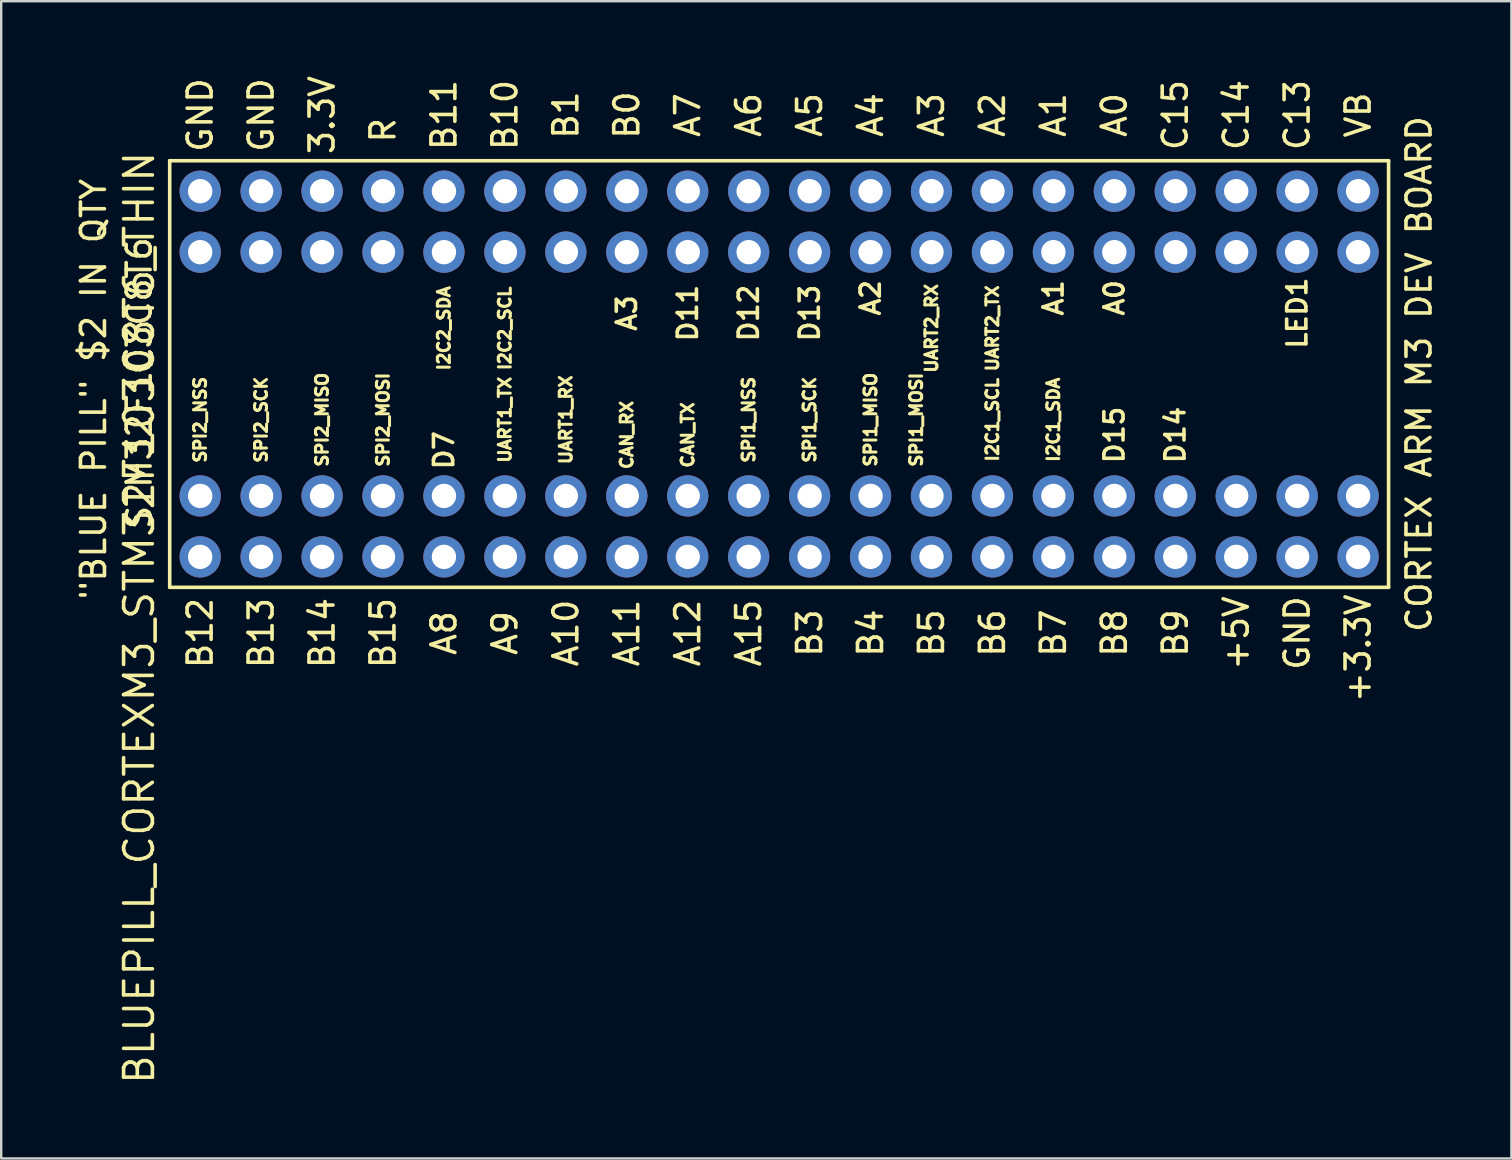
<source format=kicad_pcb>
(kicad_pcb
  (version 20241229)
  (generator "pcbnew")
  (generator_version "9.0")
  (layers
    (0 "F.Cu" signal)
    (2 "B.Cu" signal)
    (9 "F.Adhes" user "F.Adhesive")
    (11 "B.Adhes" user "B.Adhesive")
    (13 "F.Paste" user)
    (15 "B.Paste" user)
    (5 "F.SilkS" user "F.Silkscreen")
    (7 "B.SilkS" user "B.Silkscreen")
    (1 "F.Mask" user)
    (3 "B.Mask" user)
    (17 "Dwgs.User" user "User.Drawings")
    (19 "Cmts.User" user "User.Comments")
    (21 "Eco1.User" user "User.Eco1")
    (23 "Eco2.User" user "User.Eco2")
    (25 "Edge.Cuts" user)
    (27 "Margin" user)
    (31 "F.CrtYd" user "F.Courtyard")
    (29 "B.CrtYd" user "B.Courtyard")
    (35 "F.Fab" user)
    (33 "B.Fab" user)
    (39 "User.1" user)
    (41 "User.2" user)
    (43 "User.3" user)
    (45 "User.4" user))
  (footprint "BLUEPILL_CORTEXM3_STM32F103C8T6_THIN"
    (layer "F.Cu")
    (at 29.423 12.539)
    (property "Reference" "BLUEPILL_CORTEXM3_STM32F103C8T6_THIN" (at -26.67 10.16 270) (layer "F.SilkS") (effects (font (size 1.2 1.2) (thickness 0.15))))
    (attr through_hole)
    (fp_line (start -25.4 -8.89) (end -25.4 8.89) (stroke (width 0.15) (type solid)) (layer "F.SilkS"))
    (fp_line (start -25.4 8.89) (end 25.4 8.89) (stroke (width 0.15) (type solid)) (layer "F.SilkS"))
    (fp_line (start 25.4 -8.89) (end -25.4 -8.89) (stroke (width 0.15) (type solid)) (layer "F.SilkS"))
    (fp_line (start 25.4 8.89) (end 25.4 -8.89) (stroke (width 0.15) (type solid)) (layer "F.SilkS"))
    (fp_text user "B12" (at -24.13 10.795 90) (layer "F.SilkS") (effects (font (size 1 1) (thickness 0.15))))
    (fp_text user "A1" (at 11.43 -3.175 90) (layer "F.SilkS") (effects (font (size 0.8 0.8) (thickness 0.15))))
    (fp_text user "GND" (at 21.59 10.795 90) (layer "F.SilkS") (effects (font (size 1 1) (thickness 0.15))))
    (fp_text user "+3.3V" (at 24.13 11.43 90) (layer "F.SilkS") (effects (font (size 1 1) (thickness 0.15))))
    (fp_text user "A2" (at 8.89 -10.795 90) (layer "F.SilkS") (effects (font (size 1 1) (thickness 0.15))))
    (fp_text user "A10" (at -8.89 10.795 90) (layer "F.SilkS") (effects (font (size 1 1) (thickness 0.15))))
    (fp_text user "SPI2_SCK" (at -21.59 1.905 90) (layer "F.SilkS") (effects (font (size 0.5 0.5) (thickness 0.125))))
    (fp_text user "A5" (at 1.27 -10.795 90) (layer "F.SilkS") (effects (font (size 1 1) (thickness 0.15))))
    (fp_text user "A2" (at 3.81 -3.175 90) (layer "F.SilkS") (effects (font (size 0.8 0.8) (thickness 0.15))))
    (fp_text user "UART2_TX" (at 8.89 -1.905 90) (layer "F.SilkS") (effects (font (size 0.5 0.5) (thickness 0.125))))
    (fp_text user "B5" (at 6.35 10.795 90) (layer "F.SilkS") (effects (font (size 1 1) (thickness 0.15))))
    (fp_text user "UART1_RX" (at -8.89 1.905 90) (layer "F.SilkS") (effects (font (size 0.5 0.5) (thickness 0.125))))
    (fp_text user "GND" (at -24.13 -10.795 90) (layer "F.SilkS") (effects (font (size 1 1) (thickness 0.15))))
    (fp_text user "3.3V" (at -19.05 -10.795 90) (layer "F.SilkS") (effects (font (size 1 1) (thickness 0.15))))
    (fp_text user "SPI2_MOSI" (at -16.51 1.905 90) (layer "F.SilkS") (effects (font (size 0.5 0.5) (thickness 0.125))))
    (fp_text user "A4" (at 3.81 -10.795 90) (layer "F.SilkS") (effects (font (size 1 1) (thickness 0.15))))
    (fp_text user "A1" (at 11.43 -10.795 90) (layer "F.SilkS") (effects (font (size 1 1) (thickness 0.15))))
    (fp_text user "SPI1_SCK" (at 1.27 1.905 90) (layer "F.SilkS") (effects (font (size 0.5 0.5) (thickness 0.125))))
    (fp_text user "B0" (at -6.35 -10.795 90) (layer "F.SilkS") (effects (font (size 1 1) (thickness 0.15))))
    (fp_text user "CORTEX ARM M3 DEV BOARD" (at 26.67 0 90) (layer "F.SilkS") (effects (font (size 1 1) (thickness 0.15))))
    (fp_text user "I2C1_SCL" (at 8.89 1.905 90) (layer "F.SilkS") (effects (font (size 0.5 0.5) (thickness 0.125))))
    (fp_text user "SPI2_NSS" (at -24.13 1.905 90) (layer "F.SilkS") (effects (font (size 0.5 0.5) (thickness 0.125))))
    (fp_text user "A8" (at -13.97 10.795 90) (layer "F.SilkS") (effects (font (size 1 1) (thickness 0.15))))
    (fp_text user "CAN_TX" (at -3.81 2.54 90) (layer "F.SilkS") (effects (font (size 0.5 0.5) (thickness 0.125))))
    (fp_text user "UART1_TX" (at -11.43 1.905 90) (layer "F.SilkS") (effects (font (size 0.5 0.5) (thickness 0.125))))
    (fp_text user "D13" (at 1.27 -2.54 90) (layer "F.SilkS") (effects (font (size 0.8 0.8) (thickness 0.15))))
    (fp_text user "B11" (at -13.97 -10.795 90) (layer "F.SilkS") (effects (font (size 1 1) (thickness 0.15))))
    (fp_text user "C15" (at 16.51 -10.795 90) (layer "F.SilkS") (effects (font (size 1 1) (thickness 0.15))))
    (fp_text user "UART2_RX" (at 6.35 -1.905 90) (layer "F.SilkS") (effects (font (size 0.5 0.5) (thickness 0.125))))
    (fp_text user "B1" (at -8.89 -10.795 90) (layer "F.SilkS") (effects (font (size 1 1) (thickness 0.15))))
    (fp_text user "A3" (at 6.35 -10.795 90) (layer "F.SilkS") (effects (font (size 1 1) (thickness 0.15))))
    (fp_text user "A0" (at 13.97 -3.175 90) (layer "F.SilkS") (effects (font (size 0.8 0.8) (thickness 0.15))))
    (fp_text user "I2C1_SDA" (at 11.43 1.905 90) (layer "F.SilkS") (effects (font (size 0.5 0.5) (thickness 0.125))))
    (fp_text user "B8" (at 13.97 10.795 90) (layer "F.SilkS") (effects (font (size 1 1) (thickness 0.15))))
    (fp_text user "+5V" (at 19.05 10.795 90) (layer "F.SilkS") (effects (font (size 1 1) (thickness 0.15))))
    (fp_text user "A12" (at -3.81 10.795 90) (layer "F.SilkS") (effects (font (size 1 1) (thickness 0.15))))
    (fp_text user "B15" (at -16.51 10.795 90) (layer "F.SilkS") (effects (font (size 1 1) (thickness 0.15))))
    (fp_text user "GND" (at -21.59 -10.795 90) (layer "F.SilkS") (effects (font (size 1 1) (thickness 0.15))))
    (fp_text user "A15" (at -1.27 10.795 90) (layer "F.SilkS") (effects (font (size 1 1) (thickness 0.15))))
    (fp_text user "B4" (at 3.81 10.795 90) (layer "F.SilkS") (effects (font (size 1 1) (thickness 0.15))))
    (fp_text user "SPI1_MOSI" (at 5.715 1.905 90) (layer "F.SilkS") (effects (font (size 0.5 0.5) (thickness 0.125))))
    (fp_text user "A3" (at -6.35 -2.54 90) (layer "F.SilkS") (effects (font (size 0.8 0.8) (thickness 0.15))))
    (fp_text user "D14" (at 16.51 2.54 90) (layer "F.SilkS") (effects (font (size 0.8 0.8) (thickness 0.15))))
    (fp_text user "C14" (at 19.05 -10.795 90) (layer "F.SilkS") (effects (font (size 1 1) (thickness 0.15))))
    (fp_text user "I2C2_SDA" (at -13.97 -1.905 90) (layer "F.SilkS") (effects (font (size 0.5 0.5) (thickness 0.125))))
    (fp_text user "A6" (at -1.27 -10.795 90) (layer "F.SilkS") (effects (font (size 1 1) (thickness 0.15))))
    (fp_text user "SPI1_MISO" (at 3.81 1.905 90) (layer "F.SilkS") (effects (font (size 0.5 0.5) (thickness 0.125))))
    (fp_text user "STM32F103C8T6 " (at -26.67 0 90) (layer "F.SilkS") (effects (font (size 1 1) (thickness 0.15))))
    (fp_text user "LED1" (at 21.59 -2.54 90) (layer "F.SilkS") (effects (font (size 0.8 0.8) (thickness 0.15))))
    (fp_text user "B9" (at 16.51 10.795 90) (layer "F.SilkS") (effects (font (size 1 1) (thickness 0.15))))
    (fp_text user "B14" (at -19.05 10.795 90) (layer "F.SilkS") (effects (font (size 1 1) (thickness 0.15))))
    (fp_text user "D12" (at -1.27 -2.54 90) (layer "F.SilkS") (effects (font (size 0.8 0.8) (thickness 0.15))))
    (fp_text user "VB" (at 24.13 -10.795 90) (layer "F.SilkS") (effects (font (size 1 1) (thickness 0.15))))
    (fp_text user "I2C2_SCL" (at -11.43 -1.905 90) (layer "F.SilkS") (effects (font (size 0.5 0.5) (thickness 0.125))))
    (fp_text user "SPI2_MISO" (at -19.05 1.905 90) (layer "F.SilkS") (effects (font (size 0.5 0.5) (thickness 0.125))))
    (fp_text user "D11" (at -3.81 -2.54 90) (layer "F.SilkS") (effects (font (size 0.8 0.8) (thickness 0.15))))
    (fp_text user "A7" (at -3.81 -10.795 90) (layer "F.SilkS") (effects (font (size 1 1) (thickness 0.15))))
    (fp_text user "B3" (at 1.27 10.795 90) (layer "F.SilkS") (effects (font (size 1 1) (thickness 0.15))))
    (fp_text user "B6" (at 8.89 10.795 90) (layer "F.SilkS") (effects (font (size 1 1) (thickness 0.15))))
    (fp_text user "D15" (at 13.97 2.54 90) (layer "F.SilkS") (effects (font (size 0.8 0.8) (thickness 0.15))))
    (fp_text user "B10" (at -11.43 -10.795 90) (layer "F.SilkS") (effects (font (size 1 1) (thickness 0.15))))
    (fp_text user "D7" (at -13.97 3.175 90) (layer "F.SilkS") (effects (font (size 0.8 0.8) (thickness 0.15))))
    (fp_text user "B13" (at -21.59 10.795 90) (layer "F.SilkS") (effects (font (size 1 1) (thickness 0.15))))
    (fp_text user "R" (at -16.51 -10.16 90) (layer "F.SilkS") (effects (font (size 1 1) (thickness 0.15))))
    (fp_text user "CAN_RX" (at -6.35 2.54 90) (layer "F.SilkS") (effects (font (size 0.5 0.5) (thickness 0.125))))
    (fp_text user "A9" (at -11.43 10.795 90) (layer "F.SilkS") (effects (font (size 1 1) (thickness 0.15))))
    (fp_text user "SPI1_NSS" (at -1.27 1.905 90) (layer "F.SilkS") (effects (font (size 0.5 0.5) (thickness 0.125))))
    (fp_text user "B7" (at 11.43 10.795 90) (layer "F.SilkS") (effects (font (size 1 1) (thickness 0.15))))
    (fp_text user "A0" (at 13.97 -10.795 90) (layer "F.SilkS") (effects (font (size 1 1) (thickness 0.15))))
    (fp_text user "C13" (at 21.59 -10.795 90) (layer "F.SilkS") (effects (font (size 1 1) (thickness 0.15))))
    (fp_text user "\"BLUE PILL\" $2 IN QTY" (at -28.575 0.635 90) (layer "F.SilkS") (effects (font (size 1 1) (thickness 0.15))))
    (fp_text user "A11" (at -6.35 10.795 90) (layer "F.SilkS") (effects (font (size 1 1) (thickness 0.15))))
    (pad "3.3V" thru_hole circle (at -19.05 -7.62) (size 1.72 1.72) (drill 1.016) (layers "*.Cu" "*.Mask"))
    (pad "3.3V" thru_hole circle (at -19.05 -5.08) (size 1.72 1.72) (drill 1.016) (layers "*.Cu" "*.Mask"))
    (pad "3.3V" thru_hole circle (at 24.13 5.08) (size 1.72 1.72) (drill 1.016) (layers "*.Cu" "*.Mask"))
    (pad "3.3V" thru_hole circle (at 24.13 7.62) (size 1.72 1.72) (drill 1.016) (layers "*.Cu" "*.Mask"))
    (pad "5V" thru_hole circle (at 19.05 5.08) (size 1.72 1.72) (drill 1.016) (layers "*.Cu" "*.Mask"))
    (pad "5V" thru_hole circle (at 19.05 7.62) (size 1.72 1.72) (drill 1.016) (layers "*.Cu" "*.Mask"))
    (pad "A0" thru_hole circle (at 13.97 -7.62) (size 1.72 1.72) (drill 1.016) (layers "*.Cu" "*.Mask"))
    (pad "A0" thru_hole circle (at 13.97 -5.08) (size 1.72 1.72) (drill 1.016) (layers "*.Cu" "*.Mask"))
    (pad "A1" thru_hole circle (at 11.43 -7.62) (size 1.72 1.72) (drill 1.016) (layers "*.Cu" "*.Mask"))
    (pad "A1" thru_hole circle (at 11.43 -5.08) (size 1.72 1.72) (drill 1.016) (layers "*.Cu" "*.Mask"))
    (pad "A2" thru_hole circle (at 8.89 -7.62) (size 1.72 1.72) (drill 1.016) (layers "*.Cu" "*.Mask"))
    (pad "A2" thru_hole circle (at 8.89 -5.08) (size 1.72 1.72) (drill 1.016) (layers "*.Cu" "*.Mask"))
    (pad "A3" thru_hole circle (at 6.35 -7.62) (size 1.72 1.72) (drill 1.016) (layers "*.Cu" "*.Mask"))
    (pad "A3" thru_hole circle (at 6.35 -5.08) (size 1.72 1.72) (drill 1.016) (layers "*.Cu" "*.Mask"))
    (pad "A4" thru_hole circle (at 3.81 -7.62) (size 1.72 1.72) (drill 1.016) (layers "*.Cu" "*.Mask"))
    (pad "A4" thru_hole circle (at 3.81 -5.08) (size 1.72 1.72) (drill 1.016) (layers "*.Cu" "*.Mask"))
    (pad "A5" thru_hole circle (at 1.27 -7.62) (size 1.72 1.72) (drill 1.016) (layers "*.Cu" "*.Mask"))
    (pad "A5" thru_hole circle (at 1.27 -5.08) (size 1.72 1.72) (drill 1.016) (layers "*.Cu" "*.Mask"))
    (pad "A6" thru_hole circle (at -1.27 -7.62) (size 1.72 1.72) (drill 1.016) (layers "*.Cu" "*.Mask"))
    (pad "A6" thru_hole circle (at -1.27 -5.08) (size 1.72 1.72) (drill 1.016) (layers "*.Cu" "*.Mask"))
    (pad "A7" thru_hole circle (at -3.81 -7.62) (size 1.72 1.72) (drill 1.016) (layers "*.Cu" "*.Mask"))
    (pad "A7" thru_hole circle (at -3.81 -5.08) (size 1.72 1.72) (drill 1.016) (layers "*.Cu" "*.Mask"))
    (pad "A8" thru_hole circle (at -13.97 5.08) (size 1.72 1.72) (drill 1.016) (layers "*.Cu" "*.Mask"))
    (pad "A8" thru_hole circle (at -13.97 7.62) (size 1.72 1.72) (drill 1.016) (layers "*.Cu" "*.Mask"))
    (pad "A9" thru_hole circle (at -11.43 5.08) (size 1.72 1.72) (drill 1.016) (layers "*.Cu" "*.Mask"))
    (pad "A9" thru_hole circle (at -11.43 7.62) (size 1.72 1.72) (drill 1.016) (layers "*.Cu" "*.Mask"))
    (pad "A10" thru_hole circle (at -8.89 5.08) (size 1.72 1.72) (drill 1.016) (layers "*.Cu" "*.Mask"))
    (pad "A10" thru_hole circle (at -8.89 7.62) (size 1.72 1.72) (drill 1.016) (layers "*.Cu" "*.Mask"))
    (pad "A11" thru_hole circle (at -6.35 5.08) (size 1.72 1.72) (drill 1.016) (layers "*.Cu" "*.Mask"))
    (pad "A11" thru_hole circle (at -6.35 7.62) (size 1.72 1.72) (drill 1.016) (layers "*.Cu" "*.Mask"))
    (pad "A12" thru_hole circle (at -3.81 5.08) (size 1.72 1.72) (drill 1.016) (layers "*.Cu" "*.Mask"))
    (pad "A12" thru_hole circle (at -3.81 7.62) (size 1.72 1.72) (drill 1.016) (layers "*.Cu" "*.Mask"))
    (pad "A15" thru_hole circle (at -1.27 5.08) (size 1.72 1.72) (drill 1.016) (layers "*.Cu" "*.Mask"))
    (pad "A15" thru_hole circle (at -1.27 7.62) (size 1.72 1.72) (drill 1.016) (layers "*.Cu" "*.Mask"))
    (pad "B0" thru_hole circle (at -6.35 -7.62) (size 1.72 1.72) (drill 1.016) (layers "*.Cu" "*.Mask"))
    (pad "B0" thru_hole circle (at -6.35 -5.08) (size 1.72 1.72) (drill 1.016) (layers "*.Cu" "*.Mask"))
    (pad "B1" thru_hole circle (at -8.89 -7.62) (size 1.72 1.72) (drill 1.016) (layers "*.Cu" "*.Mask"))
    (pad "B1" thru_hole circle (at -8.89 -5.08) (size 1.72 1.72) (drill 1.016) (layers "*.Cu" "*.Mask"))
    (pad "B3" thru_hole circle (at 1.27 5.08) (size 1.72 1.72) (drill 1.016) (layers "*.Cu" "*.Mask"))
    (pad "B3" thru_hole circle (at 1.27 7.62) (size 1.72 1.72) (drill 1.016) (layers "*.Cu" "*.Mask"))
    (pad "B4" thru_hole circle (at 3.81 5.08) (size 1.72 1.72) (drill 1.016) (layers "*.Cu" "*.Mask"))
    (pad "B4" thru_hole circle (at 3.81 7.62) (size 1.72 1.72) (drill 1.016) (layers "*.Cu" "*.Mask"))
    (pad "B5" thru_hole circle (at 6.35 5.08) (size 1.72 1.72) (drill 1.016) (layers "*.Cu" "*.Mask"))
    (pad "B5" thru_hole circle (at 6.35 7.62) (size 1.72 1.72) (drill 1.016) (layers "*.Cu" "*.Mask"))
    (pad "B6" thru_hole circle (at 8.89 5.08) (size 1.72 1.72) (drill 1.016) (layers "*.Cu" "*.Mask"))
    (pad "B6" thru_hole circle (at 8.89 7.62) (size 1.72 1.72) (drill 1.016) (layers "*.Cu" "*.Mask"))
    (pad "B7" thru_hole circle (at 11.43 5.08) (size 1.72 1.72) (drill 1.016) (layers "*.Cu" "*.Mask"))
    (pad "B7" thru_hole circle (at 11.43 7.62) (size 1.72 1.72) (drill 1.016) (layers "*.Cu" "*.Mask"))
    (pad "B8" thru_hole circle (at 13.97 5.08) (size 1.72 1.72) (drill 1.016) (layers "*.Cu" "*.Mask"))
    (pad "B8" thru_hole circle (at 13.97 7.62) (size 1.72 1.72) (drill 1.016) (layers "*.Cu" "*.Mask"))
    (pad "B9" thru_hole circle (at 16.51 5.08) (size 1.72 1.72) (drill 1.016) (layers "*.Cu" "*.Mask"))
    (pad "B9" thru_hole circle (at 16.51 7.62) (size 1.72 1.72) (drill 1.016) (layers "*.Cu" "*.Mask"))
    (pad "B10" thru_hole circle (at -11.43 -7.62) (size 1.72 1.72) (drill 1.016) (layers "*.Cu" "*.Mask"))
    (pad "B10" thru_hole circle (at -11.43 -5.08) (size 1.72 1.72) (drill 1.016) (layers "*.Cu" "*.Mask"))
    (pad "B11" thru_hole circle (at -13.97 -7.62) (size 1.72 1.72) (drill 1.016) (layers "*.Cu" "*.Mask"))
    (pad "B11" thru_hole circle (at -13.97 -5.08) (size 1.72 1.72) (drill 1.016) (layers "*.Cu" "*.Mask"))
    (pad "B12" thru_hole circle (at -24.13 5.08) (size 1.72 1.72) (drill 1.016) (layers "*.Cu" "*.Mask"))
    (pad "B12" thru_hole circle (at -24.13 7.62) (size 1.72 1.72) (drill 1.016) (layers "*.Cu" "*.Mask"))
    (pad "B13" thru_hole circle (at -21.59 5.08) (size 1.72 1.72) (drill 1.016) (layers "*.Cu" "*.Mask"))
    (pad "B13" thru_hole circle (at -21.59 7.62) (size 1.72 1.72) (drill 1.016) (layers "*.Cu" "*.Mask"))
    (pad "B14" thru_hole circle (at -19.05 5.08) (size 1.72 1.72) (drill 1.016) (layers "*.Cu" "*.Mask"))
    (pad "B14" thru_hole circle (at -19.05 7.62) (size 1.72 1.72) (drill 1.016) (layers "*.Cu" "*.Mask"))
    (pad "B15" thru_hole circle (at -16.51 5.08) (size 1.72 1.72) (drill 1.016) (layers "*.Cu" "*.Mask"))
    (pad "B15" thru_hole circle (at -16.51 7.62) (size 1.72 1.72) (drill 1.016) (layers "*.Cu" "*.Mask"))
    (pad "C13" thru_hole circle (at 21.59 -7.62) (size 1.72 1.72) (drill 1.016) (layers "*.Cu" "*.Mask"))
    (pad "C13" thru_hole circle (at 21.59 -5.08) (size 1.72 1.72) (drill 1.016) (layers "*.Cu" "*.Mask"))
    (pad "C14" thru_hole circle (at 19.05 -7.62) (size 1.72 1.72) (drill 1.016) (layers "*.Cu" "*.Mask"))
    (pad "C14" thru_hole circle (at 19.05 -5.08) (size 1.72 1.72) (drill 1.016) (layers "*.Cu" "*.Mask"))
    (pad "C15" thru_hole circle (at 16.51 -7.62) (size 1.72 1.72) (drill 1.016) (layers "*.Cu" "*.Mask"))
    (pad "C15" thru_hole circle (at 16.51 -5.08) (size 1.72 1.72) (drill 1.016) (layers "*.Cu" "*.Mask"))
    (pad "GND" thru_hole circle (at -24.13 -7.62) (size 1.72 1.72) (drill 1.016) (layers "*.Cu" "*.Mask"))
    (pad "GND" thru_hole circle (at -24.13 -5.08) (size 1.72 1.72) (drill 1.016) (layers "*.Cu" "*.Mask"))
    (pad "GND" thru_hole circle (at -21.59 -7.62) (size 1.72 1.72) (drill 1.016) (layers "*.Cu" "*.Mask"))
    (pad "GND" thru_hole circle (at -21.59 -5.08) (size 1.72 1.72) (drill 1.016) (layers "*.Cu" "*.Mask"))
    (pad "GND" thru_hole circle (at 21.59 5.08) (size 1.72 1.72) (drill 1.016) (layers "*.Cu" "*.Mask"))
    (pad "GND" thru_hole circle (at 21.59 7.62) (size 1.72 1.72) (drill 1.016) (layers "*.Cu" "*.Mask"))
    (pad "R" thru_hole circle (at -16.51 -7.62) (size 1.72 1.72) (drill 1.016) (layers "*.Cu" "*.Mask"))
    (pad "R" thru_hole circle (at -16.51 -5.08) (size 1.72 1.72) (drill 1.016) (layers "*.Cu" "*.Mask"))
    (pad "VB" thru_hole circle (at 24.13 -7.62) (size 1.72 1.72) (drill 1.016) (layers "*.Cu" "*.Mask"))
    (pad "VB" thru_hole circle (at 24.13 -5.08) (size 1.72 1.72) (drill 1.016) (layers "*.Cu" "*.Mask")))
  (gr_rect
    (start -3 -3)
    (end 59.941 45.233)
    (stroke (width 0.1) (type default))
    (fill no)
    (layer "Edge.Cuts")))
</source>
